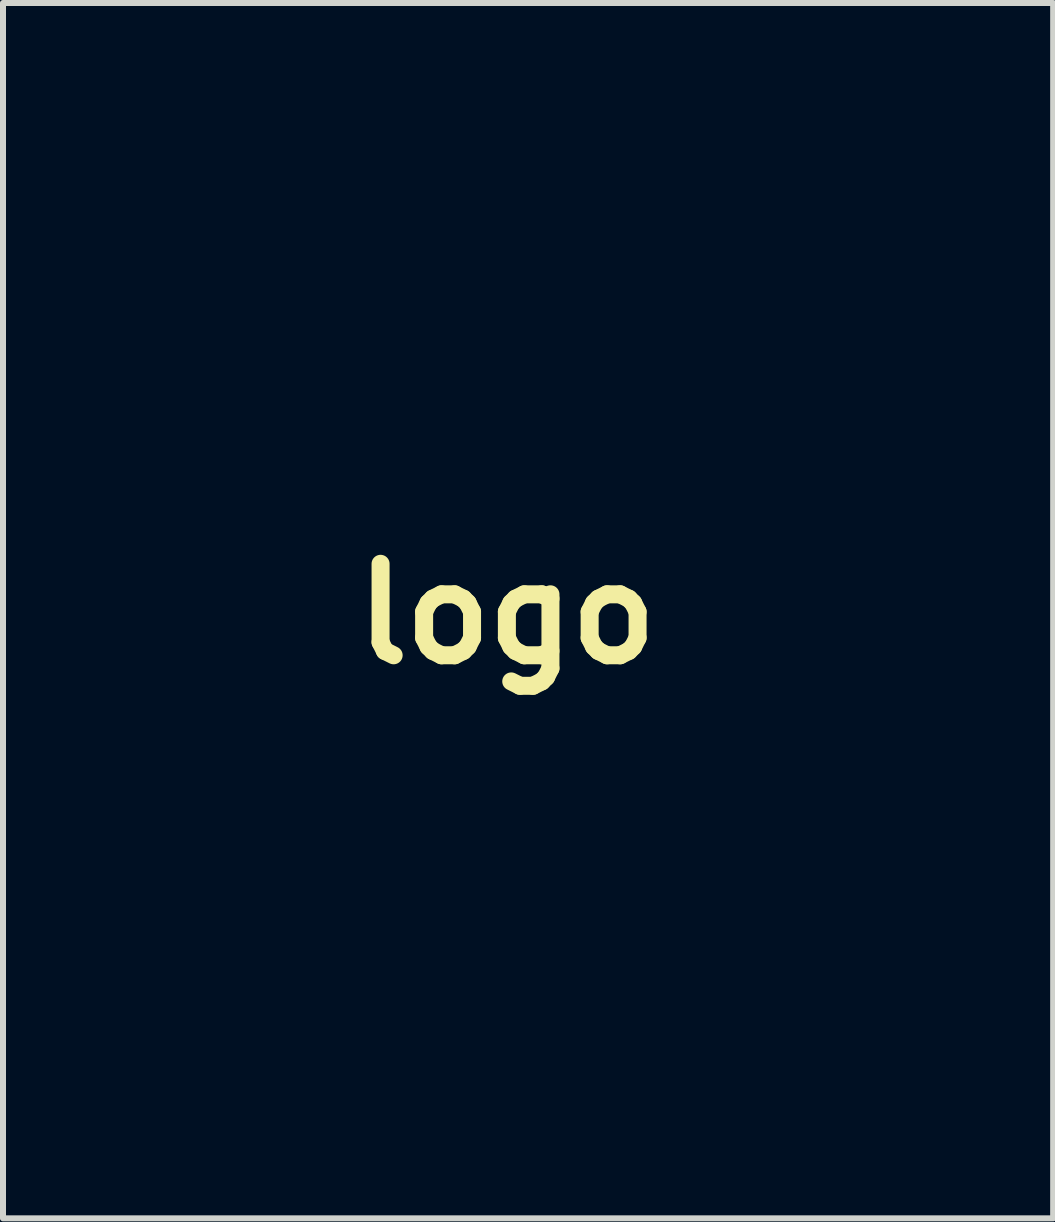
<source format=kicad_pcb>
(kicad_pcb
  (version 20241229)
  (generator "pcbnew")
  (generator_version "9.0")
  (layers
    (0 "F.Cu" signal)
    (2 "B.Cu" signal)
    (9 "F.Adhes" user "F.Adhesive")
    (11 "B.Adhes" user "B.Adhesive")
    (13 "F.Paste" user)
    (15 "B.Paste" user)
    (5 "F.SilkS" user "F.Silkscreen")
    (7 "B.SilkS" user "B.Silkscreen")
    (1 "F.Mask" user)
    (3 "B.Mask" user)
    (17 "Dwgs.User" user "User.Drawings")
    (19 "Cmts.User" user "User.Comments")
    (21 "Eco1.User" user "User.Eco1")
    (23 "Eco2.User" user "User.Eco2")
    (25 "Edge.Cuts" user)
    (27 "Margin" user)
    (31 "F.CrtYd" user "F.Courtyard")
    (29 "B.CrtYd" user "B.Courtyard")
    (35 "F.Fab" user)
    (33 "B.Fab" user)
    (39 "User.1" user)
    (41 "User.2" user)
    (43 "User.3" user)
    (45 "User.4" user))
  (footprint "logo"
    (layer "F.Cu")
    (at 5.395 7.178)
    (property "Reference" "logo" (at 0 0 0) (layer "F.SilkS") (effects (font (size 1.524 1.524) (thickness 0.3))))
    (attr through_hole)
    (fp_poly (pts (xy 1.154 3.61) (xy 1.217 3.625) (xy 1.297 3.681) (xy 1.312 3.747) (xy 1.278 3.841) (xy 1.188 3.888) (xy 1.063 3.879) (xy 1.027 3.867) (xy 0.988 3.813) (xy 0.974 3.722) (xy 0.989 3.635) (xy 1.044 3.6) (xy 1.154 3.61)) (stroke (width 0.01) (type solid)) (fill yes) (layer "In2.Cu"))
    (fp_poly (pts (xy 1.507 4.203) (xy 1.576 4.281) (xy 1.602 4.383) (xy 1.601 4.395) (xy 1.574 4.479) (xy 1.501 4.515) (xy 1.459 4.521) (xy 1.359 4.521) (xy 1.3 4.503) (xy 1.272 4.426) (xy 1.277 4.317) (xy 1.31 4.22) (xy 1.333 4.191) (xy 1.418 4.167) (xy 1.507 4.203)) (stroke (width 0.01) (type solid)) (fill yes) (layer "In2.Cu"))
    (fp_poly (pts (xy 1.568 0.745) (xy 1.664 0.809) (xy 1.72 0.894) (xy 1.731 0.981) (xy 1.69 1.053) (xy 1.589 1.092) (xy 1.583 1.092) (xy 1.489 1.09) (xy 1.429 1.044) (xy 1.382 0.959) (xy 1.327 0.829) (xy 1.322 0.756) (xy 1.369 0.725) (xy 1.441 0.72) (xy 1.568 0.745)) (stroke (width 0.01) (type solid)) (fill yes) (layer "In2.Cu"))
    (fp_poly (pts (xy 1.189 2.923) (xy 1.202 2.946) (xy 1.226 3.105) (xy 1.171 3.24) (xy 1.043 3.339) (xy 1.004 3.356) (xy 0.943 3.357) (xy 0.931 3.322) (xy 0.905 3.266) (xy 0.884 3.26) (xy 0.859 3.225) (xy 0.86 3.143) (xy 0.884 3.042) (xy 0.924 2.953) (xy 0.937 2.936) (xy 1.017 2.888) (xy 1.114 2.884) (xy 1.189 2.923)) (stroke (width 0.01) (type solid)) (fill yes) (layer "In2.Cu"))
    (fp_poly (pts (xy 1.827 2.15) (xy 1.863 2.202) (xy 1.887 2.296) (xy 1.883 2.411) (xy 1.858 2.514) (xy 1.815 2.576) (xy 1.794 2.582) (xy 1.741 2.561) (xy 1.736 2.545) (xy 1.699 2.512) (xy 1.611 2.483) (xy 1.609 2.483) (xy 1.527 2.452) (xy 1.481 2.411) (xy 1.486 2.378) (xy 1.524 2.371) (xy 1.563 2.337) (xy 1.566 2.317) (xy 1.598 2.25) (xy 1.67 2.174) (xy 1.749 2.123) (xy 1.777 2.117) (xy 1.827 2.15)) (stroke (width 0.01) (type solid)) (fill yes) (layer "In2.Cu"))
    (fp_poly (pts (xy 0.358 -5.266) (xy 0.514 -5.255) (xy 0.625 -5.239) (xy 0.67 -5.219) (xy 0.73 -5.174) (xy 0.812 -5.143) (xy 0.904 -5.102) (xy 0.948 -5.055) (xy 0.995 -5.001) (xy 1.018 -4.995) (xy 1.099 -4.958) (xy 1.173 -4.862) (xy 1.209 -4.768) (xy 1.242 -4.686) (xy 1.275 -4.657) (xy 1.297 -4.619) (xy 1.311 -4.523) (xy 1.312 -4.466) (xy 1.305 -4.353) (xy 1.285 -4.284) (xy 1.273 -4.276) (xy 1.238 -4.239) (xy 1.207 -4.151) (xy 1.206 -4.149) (xy 1.177 -4.06) (xy 1.145 -4.022) (xy 1.144 -4.022) (xy 1.11 -3.986) (xy 1.083 -3.916) (xy 1.035 -3.832) (xy 0.939 -3.731) (xy 0.856 -3.663) (xy 0.751 -3.59) (xy 0.663 -3.546) (xy 0.564 -3.524) (xy 0.427 -3.516) (xy 0.307 -3.515) (xy 0.147 -3.518) (xy 0.026 -3.529) (xy -0.038 -3.545) (xy -0.042 -3.551) (xy -0.08 -3.577) (xy -0.177 -3.603) (xy -0.254 -3.616) (xy -0.375 -3.639) (xy -0.451 -3.668) (xy -0.466 -3.684) (xy -0.502 -3.716) (xy -0.562 -3.725) (xy -0.676 -3.764) (xy -0.775 -3.868) (xy -0.809 -3.935) (xy -0.212 -3.935) (xy -0.174 -3.908) (xy -0.079 -3.882) (xy -0.021 -3.871) (xy 0.092 -3.847) (xy 0.16 -3.818) (xy 0.169 -3.805) (xy 0.206 -3.775) (xy 0.299 -3.765) (xy 0.424 -3.775) (xy 0.555 -3.801) (xy 0.668 -3.842) (xy 0.692 -3.854) (xy 0.806 -3.948) (xy 0.882 -4.085) (xy 0.902 -4.14) (xy 0.933 -4.281) (xy 0.944 -4.421) (xy 0.934 -4.538) (xy 0.905 -4.606) (xy 0.884 -4.614) (xy 0.851 -4.649) (xy 0.847 -4.676) (xy 0.819 -4.737) (xy 0.752 -4.821) (xy 0.673 -4.901) (xy 0.607 -4.949) (xy 0.592 -4.953) (xy 0.582 -4.914) (xy 0.58 -4.813) (xy 0.585 -4.67) (xy 0.585 -4.664) (xy 0.589 -4.494) (xy 0.577 -4.386) (xy 0.544 -4.319) (xy 0.534 -4.307) (xy 0.479 -4.236) (xy 0.466 -4.197) (xy 0.429 -4.16) (xy 0.341 -4.128) (xy 0.339 -4.128) (xy 0.25 -4.097) (xy 0.212 -4.061) (xy 0.212 -4.061) (xy 0.175 -4.032) (xy 0.095 -4.021) (xy -0.042 -4.01) (xy -0.151 -3.982) (xy -0.209 -3.946) (xy -0.212 -3.935) (xy -0.809 -3.935) (xy -0.816 -3.949) (xy -0.86 -4.011) (xy -0.888 -4.022) (xy -0.915 -4.059) (xy -0.93 -4.153) (xy -0.931 -4.191) (xy -0.923 -4.297) (xy -0.9 -4.356) (xy -0.892 -4.36) (xy -0.862 -4.398) (xy -0.834 -4.493) (xy -0.823 -4.551) (xy -0.799 -4.664) (xy -0.77 -4.732) (xy -0.757 -4.741) (xy -0.724 -4.776) (xy -0.72 -4.806) (xy -0.686 -4.877) (xy -0.66 -4.894) (xy -0.604 -4.949) (xy -0.575 -5.017) (xy -0.519 -5.107) (xy -0.455 -5.146) (xy -0.367 -5.189) (xy -0.329 -5.223) (xy -0.275 -5.245) (xy -0.158 -5.259) (xy 0.001 -5.268) (xy 0.181 -5.27) (xy 0.358 -5.266)) (stroke (width 0.01) (type solid)) (fill yes) (layer "In2.Cu"))
    (fp_poly (pts (xy -0.739 -1.782) (xy -0.724 -1.681) (xy -0.72 -1.566) (xy -0.725 -1.432) (xy -0.74 -1.34) (xy -0.757 -1.312) (xy -0.782 -1.274) (xy -0.808 -1.176) (xy -0.824 -1.079) (xy -0.846 -0.952) (xy -0.873 -0.868) (xy -0.892 -0.847) (xy -0.923 -0.811) (xy -0.931 -0.751) (xy -0.944 -0.657) (xy -0.977 -0.507) (xy -1.024 -0.328) (xy -1.079 -0.145) (xy -1.133 0.018) (xy -1.171 0.115) (xy -1.206 0.23) (xy -1.238 0.391) (xy -1.257 0.539) (xy -1.295 0.767) (xy -1.359 0.969) (xy -1.381 1.016) (xy -1.451 1.152) (xy -1.511 1.276) (xy -1.53 1.316) (xy -1.607 1.417) (xy -1.689 1.474) (xy -1.839 1.546) (xy -1.973 1.622) (xy -2.072 1.689) (xy -2.116 1.736) (xy -2.117 1.74) (xy -2.08 1.766) (xy -1.989 1.778) (xy -1.978 1.778) (xy -1.805 1.813) (xy -1.679 1.914) (xy -1.618 2.042) (xy -1.573 2.153) (xy -1.522 2.189) (xy -1.477 2.148) (xy -1.455 2.078) (xy -1.428 1.988) (xy -1.398 1.947) (xy -1.396 1.947) (xy -1.363 1.912) (xy -1.337 1.841) (xy -1.287 1.752) (xy -1.208 1.734) (xy -1.115 1.784) (xy -1.019 1.901) (xy -1.018 1.902) (xy -0.938 2.011) (xy -0.885 2.041) (xy -0.861 1.994) (xy -0.872 1.871) (xy -0.873 1.87) (xy -0.906 1.752) (xy -0.962 1.609) (xy -1.029 1.467) (xy -1.095 1.351) (xy -1.146 1.289) (xy -1.148 1.288) (xy -1.176 1.228) (xy -1.183 1.112) (xy -1.172 0.963) (xy -1.147 0.802) (xy -1.111 0.651) (xy -1.07 0.534) (xy -1.025 0.471) (xy -1.01 0.466) (xy -0.982 0.429) (xy -0.954 0.338) (xy -0.95 0.318) (xy -0.923 0.22) (xy -0.893 0.171) (xy -0.888 0.169) (xy -0.856 0.133) (xy -0.826 0.045) (xy -0.826 0.042) (xy -0.796 -0.046) (xy -0.764 -0.085) (xy -0.763 -0.085) (xy -0.737 -0.122) (xy -0.711 -0.218) (xy -0.701 -0.275) (xy -0.676 -0.389) (xy -0.648 -0.457) (xy -0.635 -0.466) (xy -0.611 -0.504) (xy -0.585 -0.602) (xy -0.57 -0.699) (xy -0.548 -0.826) (xy -0.524 -0.91) (xy -0.508 -0.931) (xy -0.48 -0.969) (xy -0.453 -1.061) (xy -0.447 -1.09) (xy -0.396 -1.295) (xy -0.325 -1.445) (xy -0.241 -1.531) (xy -0.152 -1.546) (xy -0.097 -1.517) (xy -0.062 -1.469) (xy -0.047 -1.387) (xy -0.05 -1.252) (xy -0.056 -1.169) (xy -0.073 -1.019) (xy -0.094 -0.905) (xy -0.114 -0.851) (xy -0.115 -0.85) (xy -0.145 -0.799) (xy -0.19 -0.693) (xy -0.227 -0.593) (xy -0.288 -0.424) (xy -0.354 -0.255) (xy -0.386 -0.182) (xy -0.434 -0.066) (xy -0.462 0.02) (xy -0.466 0.04) (xy -0.496 0.083) (xy -0.507 0.085) (xy -0.54 0.122) (xy -0.569 0.216) (xy -0.576 0.254) (xy -0.601 0.36) (xy -0.63 0.419) (xy -0.638 0.423) (xy -0.668 0.46) (xy -0.697 0.551) (xy -0.701 0.572) (xy -0.728 0.669) (xy -0.758 0.718) (xy -0.763 0.72) (xy -0.795 0.756) (xy -0.825 0.844) (xy -0.826 0.847) (xy -0.856 0.936) (xy -0.892 0.974) (xy -0.892 0.974) (xy -0.928 1.007) (xy -0.927 1.091) (xy -0.895 1.202) (xy -0.834 1.316) (xy -0.834 1.317) (xy -0.764 1.428) (xy -0.715 1.52) (xy -0.708 1.535) (xy -0.665 1.597) (xy -0.638 1.609) (xy -0.598 1.646) (xy -0.572 1.739) (xy -0.564 1.858) (xy -0.575 1.976) (xy -0.591 2.029) (xy -0.689 2.193) (xy -0.813 2.292) (xy -0.95 2.317) (xy -0.972 2.314) (xy -1.045 2.307) (xy -1.111 2.328) (xy -1.19 2.387) (xy -1.302 2.496) (xy -1.325 2.52) (xy -1.467 2.654) (xy -1.575 2.729) (xy -1.664 2.752) (xy -1.665 2.752) (xy -1.756 2.734) (xy -1.797 2.699) (xy -1.811 2.627) (xy -1.826 2.507) (xy -1.833 2.447) (xy -1.866 2.278) (xy -1.935 2.172) (xy -2.054 2.111) (xy -2.086 2.102) (xy -2.236 2.036) (xy -2.337 1.937) (xy -2.371 1.83) (xy -2.336 1.672) (xy -2.247 1.534) (xy -2.123 1.448) (xy -2.119 1.446) (xy -1.975 1.366) (xy -1.827 1.235) (xy -1.698 1.079) (xy -1.61 0.923) (xy -1.587 0.847) (xy -1.562 0.741) (xy -1.535 0.682) (xy -1.526 0.677) (xy -1.506 0.639) (xy -1.485 0.537) (xy -1.467 0.395) (xy -1.466 0.392) (xy -1.442 0.213) (xy -1.408 0.042) (xy -1.377 -0.064) (xy -1.337 -0.201) (xy -1.315 -0.328) (xy -1.314 -0.349) (xy -1.302 -0.434) (xy -1.278 -0.466) (xy -1.256 -0.504) (xy -1.228 -0.606) (xy -1.201 -0.75) (xy -1.197 -0.773) (xy -1.144 -1.094) (xy -1.095 -1.34) (xy -1.048 -1.519) (xy -0.998 -1.638) (xy -0.943 -1.708) (xy -0.88 -1.734) (xy -0.861 -1.736) (xy -0.809 -1.761) (xy -0.804 -1.778) (xy -0.772 -1.819) (xy -0.762 -1.82) (xy -0.739 -1.782)) (stroke (width 0.01) (type solid)) (fill yes) (layer "In2.Cu"))
    (fp_poly (pts (xy 0.04 -7.17) (xy 0.241 -7.16) (xy 0.42 -7.142) (xy 0.556 -7.118) (xy 0.614 -7.097) (xy 0.716 -7.049) (xy 0.791 -7.028) (xy 0.794 -7.028) (xy 0.843 -7.003) (xy 0.847 -6.99) (xy 0.883 -6.952) (xy 0.953 -6.925) (xy 1.032 -6.891) (xy 1.058 -6.857) (xy 1.093 -6.821) (xy 1.123 -6.816) (xy 1.194 -6.781) (xy 1.212 -6.754) (xy 1.269 -6.69) (xy 1.317 -6.666) (xy 1.387 -6.624) (xy 1.493 -6.539) (xy 1.612 -6.428) (xy 1.617 -6.422) (xy 1.735 -6.297) (xy 1.804 -6.199) (xy 1.84 -6.102) (xy 1.854 -6.002) (xy 1.873 -5.885) (xy 1.898 -5.811) (xy 1.912 -5.8) (xy 1.93 -5.76) (xy 1.94 -5.649) (xy 1.943 -5.48) (xy 1.94 -5.266) (xy 1.932 -5.022) (xy 1.92 -4.758) (xy 1.903 -4.49) (xy 1.884 -4.23) (xy 1.862 -3.991) (xy 1.839 -3.787) (xy 1.815 -3.631) (xy 1.791 -3.535) (xy 1.779 -3.514) (xy 1.758 -3.464) (xy 1.73 -3.355) (xy 1.703 -3.217) (xy 1.655 -2.94) (xy 1.616 -2.737) (xy 1.586 -2.596) (xy 1.561 -2.51) (xy 1.539 -2.466) (xy 1.532 -2.459) (xy 1.5 -2.404) (xy 1.47 -2.301) (xy 1.465 -2.275) (xy 1.438 -2.174) (xy 1.407 -2.119) (xy 1.4 -2.117) (xy 1.369 -2.08) (xy 1.34 -1.989) (xy 1.336 -1.968) (xy 1.309 -1.871) (xy 1.277 -1.822) (xy 1.271 -1.82) (xy 1.238 -1.784) (xy 1.207 -1.696) (xy 1.206 -1.693) (xy 1.177 -1.604) (xy 1.144 -1.566) (xy 1.143 -1.566) (xy 1.11 -1.53) (xy 1.08 -1.442) (xy 1.079 -1.439) (xy 1.05 -1.351) (xy 1.019 -1.312) (xy 1.018 -1.312) (xy 0.991 -1.275) (xy 0.964 -1.182) (xy 0.957 -1.143) (xy 0.932 -1.037) (xy 0.9 -0.978) (xy 0.89 -0.974) (xy 0.862 -0.936) (xy 0.834 -0.839) (xy 0.822 -0.762) (xy 0.8 -0.641) (xy 0.774 -0.565) (xy 0.761 -0.55) (xy 0.739 -0.512) (xy 0.716 -0.412) (xy 0.699 -0.296) (xy 0.677 -0.163) (xy 0.652 -0.071) (xy 0.631 -0.042) (xy 0.608 -0.004) (xy 0.594 0.091) (xy 0.593 0.15) (xy 0.593 0.343) (xy 0.751 0.313) (xy 0.862 0.283) (xy 0.934 0.245) (xy 0.94 0.237) (xy 0.993 0.22) (xy 1.113 0.206) (xy 1.285 0.196) (xy 1.492 0.19) (xy 1.719 0.188) (xy 1.948 0.19) (xy 2.164 0.195) (xy 2.349 0.204) (xy 2.488 0.217) (xy 2.565 0.234) (xy 2.574 0.24) (xy 2.635 0.287) (xy 2.717 0.318) (xy 2.809 0.359) (xy 2.853 0.406) (xy 2.902 0.46) (xy 2.925 0.466) (xy 2.986 0.494) (xy 3.066 0.564) (xy 3.073 0.572) (xy 3.172 0.679) (xy 3.406 0.44) (xy 3.517 0.324) (xy 3.599 0.229) (xy 3.639 0.172) (xy 3.641 0.166) (xy 3.669 0.12) (xy 3.744 0.034) (xy 3.85 -0.077) (xy 3.873 -0.1) (xy 3.984 -0.213) (xy 4.066 -0.303) (xy 4.105 -0.355) (xy 4.106 -0.359) (xy 4.135 -0.404) (xy 4.212 -0.49) (xy 4.322 -0.605) (xy 4.451 -0.734) (xy 4.584 -0.862) (xy 4.706 -0.975) (xy 4.802 -1.059) (xy 4.858 -1.099) (xy 4.864 -1.101) (xy 4.909 -1.125) (xy 4.911 -1.135) (xy 4.949 -1.186) (xy 5.05 -1.237) (xy 5.191 -1.279) (xy 5.351 -1.306) (xy 5.46 -1.312) (xy 5.603 -1.309) (xy 5.692 -1.29) (xy 5.758 -1.242) (xy 5.829 -1.154) (xy 5.905 -1.055) (xy 5.961 -0.987) (xy 5.975 -0.974) (xy 6.011 -0.909) (xy 6.047 -0.786) (xy 6.076 -0.633) (xy 6.094 -0.476) (xy 6.096 -0.41) (xy 6.09 -0.278) (xy 6.065 -0.171) (xy 6.011 -0.068) (xy 5.916 0.049) (xy 5.769 0.199) (xy 5.739 0.23) (xy 5.603 0.367) (xy 5.479 0.501) (xy 5.388 0.608) (xy 5.374 0.627) (xy 5.287 0.742) (xy 5.207 0.843) (xy 5.196 0.855) (xy 5.141 0.934) (xy 5.122 0.982) (xy 5.098 1.045) (xy 5.079 1.071) (xy 4.968 1.205) (xy 4.903 1.293) (xy 4.873 1.349) (xy 4.868 1.378) (xy 4.901 1.428) (xy 4.987 1.504) (xy 5.091 1.579) (xy 5.268 1.705) (xy 5.384 1.811) (xy 5.452 1.915) (xy 5.487 2.032) (xy 5.489 2.045) (xy 5.496 2.146) (xy 5.467 2.228) (xy 5.389 2.323) (xy 5.367 2.346) (xy 5.272 2.434) (xy 5.196 2.489) (xy 5.171 2.498) (xy 5.125 2.523) (xy 5.122 2.535) (xy 5.086 2.573) (xy 5.016 2.6) (xy 4.943 2.634) (xy 4.908 2.677) (xy 4.927 2.706) (xy 4.95 2.709) (xy 4.994 2.742) (xy 5.058 2.824) (xy 5.081 2.86) (xy 5.135 2.966) (xy 5.159 3.079) (xy 5.16 3.233) (xy 5.157 3.274) (xy 5.133 3.447) (xy 5.081 3.581) (xy 4.991 3.68) (xy 4.857 3.745) (xy 4.67 3.781) (xy 4.422 3.789) (xy 4.106 3.773) (xy 3.825 3.746) (xy 3.71 3.741) (xy 3.65 3.763) (xy 3.618 3.822) (xy 3.581 3.927) (xy 3.56 3.982) (xy 3.512 4.048) (xy 3.415 4.147) (xy 3.287 4.263) (xy 3.145 4.382) (xy 3.006 4.49) (xy 2.888 4.571) (xy 2.809 4.612) (xy 2.796 4.614) (xy 2.731 4.634) (xy 2.627 4.681) (xy 2.514 4.741) (xy 2.421 4.797) (xy 2.378 4.835) (xy 2.331 4.863) (xy 2.235 4.89) (xy 2.219 4.893) (xy 2.123 4.92) (xy 2.075 4.95) (xy 2.074 4.954) (xy 2.038 4.986) (xy 1.95 5.016) (xy 1.947 5.016) (xy 1.859 5.044) (xy 1.82 5.073) (xy 1.82 5.073) (xy 1.781 5.105) (xy 1.674 5.14) (xy 1.515 5.173) (xy 1.321 5.204) (xy 1.11 5.227) (xy 0.974 5.236) (xy 0.763 5.244) (xy 0.615 5.238) (xy 0.511 5.218) (xy 0.446 5.192) (xy 0.358 5.151) (xy 0.305 5.162) (xy 0.25 5.233) (xy 0.246 5.24) (xy 0.192 5.344) (xy 0.17 5.429) (xy 0.15 5.492) (xy 0.129 5.503) (xy 0.095 5.54) (xy 0.065 5.631) (xy 0.061 5.652) (xy 0.034 5.749) (xy 0.005 5.798) (xy 0.000314 5.8) (xy -0.029 5.837) (xy -0.064 5.93) (xy -0.078 5.982) (xy -0.135 6.14) (xy -0.215 6.297) (xy -0.231 6.323) (xy -0.296 6.427) (xy -0.335 6.504) (xy -0.339 6.521) (xy -0.37 6.561) (xy -0.378 6.562) (xy -0.421 6.597) (xy -0.446 6.65) (xy -0.495 6.737) (xy -0.584 6.842) (xy -0.691 6.946) (xy -0.795 7.027) (xy -0.873 7.065) (xy -0.884 7.065) (xy -0.97 7.05) (xy -1.087 7.018) (xy -1.094 7.016) (xy -1.26 6.928) (xy -1.413 6.788) (xy -1.51 6.643) (xy -1.687 6.249) (xy -1.82 5.904) (xy -1.906 5.612) (xy -1.946 5.376) (xy -1.938 5.202) (xy -1.884 5.096) (xy -1.766 5.031) (xy -1.595 5.007) (xy -1.396 5.028) (xy -1.355 5.037) (xy -1.218 5.072) (xy -1.103 5.101) (xy -1.074 5.108) (xy -1.002 5.106) (xy -0.962 5.039) (xy -0.957 5.02) (xy -0.923 4.939) (xy -0.888 4.911) (xy -0.854 4.875) (xy -0.847 4.831) (xy -0.876 4.766) (xy -0.972 4.73) (xy -0.984 4.728) (xy -1.375 4.66) (xy -1.708 4.591) (xy -1.975 4.523) (xy -2.169 4.459) (xy -2.227 4.433) (xy -2.402 4.349) (xy -2.518 4.304) (xy -2.587 4.297) (xy -2.624 4.324) (xy -2.635 4.355) (xy -2.68 4.42) (xy -2.775 4.508) (xy -2.884 4.589) (xy -3.124 4.753) (xy -3.296 4.877) (xy -3.408 4.964) (xy -3.463 5.019) (xy -3.471 5.039) (xy -3.502 5.08) (xy -3.586 5.159) (xy -3.706 5.263) (xy -3.778 5.321) (xy -3.942 5.457) (xy -4.104 5.6) (xy -4.236 5.724) (xy -4.263 5.751) (xy -4.367 5.855) (xy -4.442 5.906) (xy -4.514 5.919) (xy -4.591 5.909) (xy -4.693 5.875) (xy -4.741 5.829) (xy -4.741 5.822) (xy -4.769 5.757) (xy -4.839 5.667) (xy -4.866 5.639) (xy -4.954 5.531) (xy -5.013 5.423) (xy -5.019 5.403) (xy -5.051 5.321) (xy -5.081 5.292) (xy -5.113 5.255) (xy -5.143 5.167) (xy -5.144 5.165) (xy -5.173 5.076) (xy -5.207 5.038) (xy -5.208 5.038) (xy -5.235 5) (xy -5.262 4.904) (xy -5.274 4.837) (xy -5.299 4.713) (xy -5.328 4.629) (xy -5.341 4.611) (xy -5.36 4.56) (xy -5.376 4.446) (xy -5.387 4.292) (xy -5.388 4.248) (xy -5.389 4.226) (xy -5.012 4.226) (xy -4.989 4.316) (xy -4.95 4.435) (xy -4.904 4.559) (xy -4.871 4.636) (xy -4.832 4.723) (xy -4.776 4.852) (xy -4.742 4.932) (xy -4.657 5.135) (xy -4.596 5.269) (xy -4.554 5.346) (xy -4.522 5.375) (xy -4.492 5.365) (xy -4.457 5.327) (xy -4.445 5.313) (xy -4.385 5.26) (xy -4.357 5.249) (xy -4.297 5.224) (xy -4.19 5.156) (xy -4.054 5.06) (xy -3.906 4.946) (xy -3.763 4.829) (xy -3.663 4.74) (xy -3.433 4.522) (xy -3.257 4.355) (xy -3.13 4.231) (xy -3.044 4.143) (xy -2.993 4.084) (xy -2.968 4.046) (xy -2.963 4.028) (xy -2.997 3.984) (xy -3.023 3.979) (xy -3.087 3.96) (xy -3.097 3.948) (xy -3.14 3.904) (xy -3.215 3.849) (xy -3.29 3.808) (xy -3.345 3.818) (xy -3.416 3.886) (xy -3.416 3.887) (xy -3.483 3.969) (xy -3.513 4.027) (xy -3.514 4.03) (xy -3.542 4.082) (xy -3.611 4.158) (xy -3.619 4.166) (xy -3.691 4.242) (xy -3.725 4.295) (xy -3.725 4.298) (xy -3.754 4.343) (xy -3.828 4.427) (xy -3.916 4.515) (xy -4.016 4.617) (xy -4.085 4.7) (xy -4.106 4.741) (xy -4.141 4.779) (xy -4.17 4.784) (xy -4.226 4.807) (xy -4.233 4.826) (xy -4.268 4.864) (xy -4.297 4.868) (xy -4.353 4.845) (xy -4.36 4.825) (xy -4.395 4.779) (xy -4.466 4.741) (xy -4.545 4.701) (xy -4.572 4.668) (xy -4.599 4.624) (xy -4.668 4.541) (xy -4.76 4.436) (xy -4.859 4.331) (xy -4.945 4.244) (xy -5.002 4.196) (xy -5.012 4.191) (xy -5.012 4.226) (xy -5.389 4.226) (xy -5.39 4.069) (xy -5.38 3.953) (xy -5.355 3.878) (xy -5.319 3.832) (xy -5.247 3.779) (xy -5.178 3.793) (xy -5.161 3.803) (xy -5.067 3.835) (xy -4.938 3.852) (xy -4.915 3.852) (xy -4.812 3.863) (xy -4.725 3.902) (xy -4.636 3.984) (xy -4.529 4.122) (xy -4.478 4.193) (xy -4.406 4.297) (xy -4.205 4.064) (xy -4.076 3.92) (xy -3.943 3.779) (xy -3.847 3.682) (xy -3.756 3.588) (xy -3.722 3.524) (xy -3.735 3.473) (xy -3.74 3.466) (xy -3.818 3.402) (xy -3.895 3.366) (xy -4.058 3.284) (xy -4.201 3.158) (xy -4.258 3.078) (xy -4.338 2.93) (xy -4.415 2.776) (xy -4.479 2.638) (xy -4.52 2.537) (xy -4.53 2.5) (xy -4.557 2.457) (xy -4.567 2.455) (xy -4.592 2.417) (xy -4.618 2.319) (xy -4.634 2.223) (xy -4.656 2.091) (xy -4.682 1.997) (xy -4.699 1.968) (xy -4.724 1.917) (xy -4.749 1.808) (xy -4.765 1.703) (xy -4.789 1.566) (xy -4.82 1.466) (xy -4.842 1.43) (xy -4.855 1.381) (xy -4.865 1.259) (xy -4.874 1.073) (xy -4.882 0.836) (xy -4.887 0.558) (xy -4.891 0.25) (xy -4.893 -0.076) (xy -4.893 -0.328) (xy -4.571 -0.328) (xy -4.57 -0.06) (xy -4.563 0.187) (xy -4.549 0.393) (xy -4.53 0.529) (xy -4.511 0.641) (xy -4.488 0.812) (xy -4.464 1.016) (xy -4.447 1.185) (xy -4.419 1.409) (xy -4.378 1.638) (xy -4.33 1.853) (xy -4.279 2.038) (xy -4.229 2.174) (xy -4.184 2.244) (xy -4.154 2.297) (xy -4.126 2.382) (xy -4.095 2.466) (xy -4.064 2.498) (xy -4.03 2.533) (xy -4.004 2.603) (xy -3.97 2.683) (xy -3.936 2.709) (xy -3.897 2.743) (xy -3.895 2.76) (xy -3.864 2.816) (xy -3.786 2.906) (xy -3.679 3.012) (xy -3.563 3.115) (xy -3.457 3.197) (xy -3.381 3.24) (xy -3.38 3.241) (xy -3.3 3.286) (xy -3.195 3.37) (xy -3.139 3.423) (xy -2.962 3.569) (xy -2.729 3.718) (xy -2.467 3.852) (xy -2.445 3.862) (xy -2.362 3.908) (xy -2.328 3.946) (xy -2.291 3.972) (xy -2.198 3.998) (xy -2.159 4.005) (xy -2.053 4.03) (xy -1.994 4.059) (xy -1.99 4.068) (xy -1.952 4.093) (xy -1.855 4.119) (xy -1.778 4.131) (xy -1.657 4.153) (xy -1.581 4.179) (xy -1.566 4.193) (xy -1.528 4.214) (xy -1.426 4.236) (xy -1.284 4.256) (xy -1.281 4.256) (xy -1.13 4.276) (xy -1.011 4.298) (xy -0.953 4.318) (xy -0.887 4.345) (xy -0.773 4.373) (xy -0.73 4.38) (xy -0.621 4.406) (xy -0.557 4.434) (xy -0.55 4.444) (xy -0.515 4.479) (xy -0.449 4.504) (xy -0.361 4.549) (xy -0.322 4.596) (xy -0.312 4.68) (xy -0.326 4.777) (xy -0.356 4.85) (xy -0.382 4.868) (xy -0.415 4.904) (xy -0.471 4.997) (xy -0.537 5.128) (xy -0.541 5.138) (xy -0.638 5.307) (xy -0.754 5.457) (xy -0.873 5.569) (xy -0.979 5.626) (xy -1.008 5.63) (xy -1.078 5.613) (xy -1.178 5.572) (xy -1.276 5.521) (xy -1.342 5.476) (xy -1.355 5.458) (xy -1.389 5.422) (xy -1.463 5.404) (xy -1.532 5.411) (xy -1.549 5.424) (xy -1.548 5.488) (xy -1.532 5.516) (xy -1.5 5.588) (xy -1.469 5.705) (xy -1.462 5.747) (xy -1.436 5.856) (xy -1.407 5.92) (xy -1.397 5.927) (xy -1.364 5.963) (xy -1.334 6.051) (xy -1.333 6.054) (xy -1.304 6.142) (xy -1.272 6.181) (xy -1.271 6.181) (xy -1.237 6.217) (xy -1.21 6.287) (xy -1.17 6.385) (xy -1.107 6.483) (xy -1.043 6.549) (xy -1.013 6.562) (xy -0.972 6.534) (xy -0.892 6.461) (xy -0.812 6.382) (xy -0.702 6.271) (xy -0.604 6.176) (xy -0.557 6.133) (xy -0.504 6.059) (xy -0.443 5.931) (xy -0.387 5.776) (xy -0.386 5.773) (xy -0.335 5.629) (xy -0.262 5.451) (xy -0.175 5.255) (xy -0.084 5.06) (xy 0.003 4.884) (xy 0.079 4.744) (xy 0.135 4.658) (xy 0.148 4.644) (xy 0.207 4.631) (xy 0.325 4.627) (xy 0.482 4.63) (xy 0.655 4.639) (xy 0.824 4.652) (xy 0.968 4.669) (xy 1.064 4.687) (xy 1.094 4.702) (xy 1.14 4.722) (xy 1.247 4.736) (xy 1.386 4.741) (xy 1.551 4.736) (xy 1.673 4.711) (xy 1.789 4.655) (xy 1.881 4.597) (xy 2.03 4.512) (xy 2.182 4.447) (xy 2.267 4.423) (xy 2.409 4.383) (xy 2.537 4.322) (xy 2.549 4.314) (xy 2.635 4.259) (xy 2.688 4.233) (xy 2.69 4.233) (xy 2.733 4.206) (xy 2.811 4.138) (xy 2.843 4.106) (xy 2.933 4.027) (xy 3.004 3.982) (xy 3.02 3.978) (xy 3.088 3.94) (xy 3.167 3.849) (xy 3.239 3.731) (xy 3.289 3.611) (xy 3.302 3.539) (xy 3.316 3.419) (xy 3.353 3.27) (xy 3.374 3.206) (xy 3.416 3.065) (xy 3.423 2.951) (xy 3.395 2.815) (xy 3.394 2.808) (xy 3.341 2.66) (xy 3.271 2.527) (xy 3.248 2.493) (xy 3.17 2.391) (xy 3.071 2.255) (xy 3.006 2.162) (xy 2.862 1.993) (xy 2.682 1.854) (xy 2.447 1.733) (xy 2.307 1.676) (xy 2.208 1.644) (xy 2.095 1.621) (xy 1.953 1.606) (xy 1.764 1.597) (xy 1.512 1.592) (xy 1.418 1.592) (xy 0.741 1.587) (xy 0.741 1.463) (xy 0.75 1.387) (xy 0.755 1.381) (xy 2.963 1.381) (xy 2.997 1.432) (xy 3.028 1.439) (xy 3.099 1.474) (xy 3.117 1.501) (xy 3.174 1.564) (xy 3.228 1.591) (xy 3.319 1.642) (xy 3.415 1.728) (xy 3.488 1.82) (xy 3.514 1.885) (xy 3.548 1.945) (xy 3.577 1.963) (xy 3.633 2.019) (xy 3.641 2.052) (xy 3.662 2.109) (xy 3.68 2.117) (xy 3.722 2.152) (xy 3.749 2.212) (xy 3.792 2.3) (xy 3.826 2.337) (xy 3.849 2.395) (xy 3.865 2.533) (xy 3.873 2.744) (xy 3.873 2.872) (xy 3.875 3.087) (xy 3.88 3.233) (xy 3.891 3.325) (xy 3.91 3.379) (xy 3.941 3.409) (xy 3.958 3.418) (xy 4.085 3.453) (xy 4.257 3.464) (xy 4.44 3.453) (xy 4.597 3.42) (xy 4.625 3.409) (xy 4.73 3.35) (xy 4.796 3.285) (xy 4.801 3.275) (xy 4.792 3.201) (xy 4.739 3.084) (xy 4.654 2.943) (xy 4.548 2.797) (xy 4.435 2.665) (xy 4.389 2.62) (xy 4.302 2.514) (xy 4.281 2.405) (xy 4.283 2.387) (xy 4.297 2.314) (xy 4.333 2.278) (xy 4.415 2.266) (xy 4.508 2.265) (xy 4.645 2.25) (xy 4.793 2.21) (xy 4.93 2.156) (xy 5.034 2.097) (xy 5.079 2.041) (xy 5.08 2.036) (xy 5.043 1.989) (xy 4.95 1.956) (xy 4.865 1.947) (xy 4.798 1.931) (xy 4.784 1.911) (xy 4.746 1.883) (xy 4.652 1.857) (xy 4.608 1.85) (xy 4.493 1.826) (xy 4.417 1.795) (xy 4.407 1.785) (xy 4.35 1.744) (xy 4.266 1.714) (xy 4.134 1.653) (xy 4.074 1.55) (xy 4.072 1.456) (xy 4.109 1.358) (xy 4.207 1.302) (xy 4.212 1.3) (xy 4.37 1.217) (xy 4.539 1.065) (xy 4.724 0.837) (xy 4.732 0.826) (xy 4.806 0.73) (xy 4.915 0.597) (xy 5.047 0.44) (xy 5.189 0.275) (xy 5.328 0.117) (xy 5.452 -0.02) (xy 5.546 -0.122) (xy 5.598 -0.172) (xy 5.623 -0.223) (xy 5.653 -0.331) (xy 5.672 -0.422) (xy 5.694 -0.562) (xy 5.688 -0.661) (xy 5.648 -0.76) (xy 5.608 -0.832) (xy 5.523 -0.95) (xy 5.446 -1.011) (xy 5.423 -1.016) (xy 5.33 -0.983) (xy 5.198 -0.892) (xy 5.037 -0.753) (xy 4.857 -0.576) (xy 4.669 -0.372) (xy 4.483 -0.151) (xy 4.309 0.075) (xy 4.178 0.264) (xy 3.999 0.509) (xy 3.809 0.702) (xy 3.581 0.866) (xy 3.394 0.971) (xy 3.288 1.04) (xy 3.172 1.134) (xy 3.066 1.236) (xy 2.99 1.326) (xy 2.963 1.381) (xy 0.755 1.381) (xy 0.791 1.335) (xy 0.883 1.288) (xy 0.953 1.262) (xy 1.045 1.233) (xy 1.147 1.213) (xy 1.275 1.2) (xy 1.444 1.193) (xy 1.669 1.192) (xy 1.902 1.194) (xy 2.639 1.203) (xy 2.719 1.097) (xy 2.767 1.004) (xy 2.773 0.929) (xy 2.773 0.929) (xy 2.726 0.884) (xy 2.621 0.816) (xy 2.477 0.736) (xy 2.41 0.702) (xy 2.071 0.537) (xy 1.673 0.586) (xy 1.476 0.608) (xy 1.29 0.625) (xy 1.146 0.634) (xy 1.106 0.635) (xy 0.928 0.668) (xy 0.812 0.741) (xy 0.713 0.81) (xy 0.63 0.845) (xy 0.618 0.847) (xy 0.559 0.879) (xy 0.55 0.91) (xy 0.513 0.961) (xy 0.434 0.973) (xy 0.342 0.968) (xy 0.276 0.947) (xy 0.233 0.897) (xy 0.207 0.806) (xy 0.195 0.66) (xy 0.191 0.449) (xy 0.191 0.317) (xy 0.194 0.054) (xy 0.203 -0.132) (xy 0.219 -0.244) (xy 0.241 -0.289) (xy 0.279 -0.347) (xy 0.313 -0.456) (xy 0.321 -0.499) (xy 0.346 -0.608) (xy 0.374 -0.671) (xy 0.384 -0.677) (xy 0.41 -0.715) (xy 0.436 -0.81) (xy 0.447 -0.868) (xy 0.471 -0.981) (xy 0.498 -1.049) (xy 0.51 -1.058) (xy 0.537 -1.096) (xy 0.563 -1.191) (xy 0.574 -1.249) (xy 0.598 -1.362) (xy 0.625 -1.43) (xy 0.637 -1.439) (xy 0.664 -1.477) (xy 0.69 -1.572) (xy 0.701 -1.63) (xy 0.725 -1.743) (xy 0.752 -1.811) (xy 0.764 -1.82) (xy 0.791 -1.858) (xy 0.817 -1.953) (xy 0.828 -2.011) (xy 0.852 -2.124) (xy 0.88 -2.192) (xy 0.892 -2.201) (xy 0.918 -2.239) (xy 0.944 -2.336) (xy 0.956 -2.413) (xy 0.978 -2.534) (xy 1.003 -2.61) (xy 1.017 -2.625) (xy 1.041 -2.662) (xy 1.067 -2.758) (xy 1.077 -2.815) (xy 1.101 -2.929) (xy 1.129 -2.997) (xy 1.141 -3.006) (xy 1.165 -3.044) (xy 1.19 -3.142) (xy 1.205 -3.239) (xy 1.226 -3.366) (xy 1.252 -3.45) (xy 1.269 -3.471) (xy 1.292 -3.51) (xy 1.316 -3.609) (xy 1.334 -3.725) (xy 1.355 -3.864) (xy 1.38 -3.965) (xy 1.399 -4.002) (xy 1.42 -4.052) (xy 1.443 -4.163) (xy 1.463 -4.311) (xy 1.464 -4.319) (xy 1.483 -4.465) (xy 1.506 -4.57) (xy 1.528 -4.614) (xy 1.529 -4.614) (xy 1.547 -4.653) (xy 1.56 -4.756) (xy 1.566 -4.902) (xy 1.566 -4.932) (xy 1.562 -5.084) (xy 1.55 -5.196) (xy 1.533 -5.248) (xy 1.53 -5.249) (xy 1.502 -5.287) (xy 1.476 -5.381) (xy 1.469 -5.425) (xy 1.446 -5.54) (xy 1.416 -5.615) (xy 1.407 -5.626) (xy 1.369 -5.683) (xy 1.339 -5.768) (xy 1.306 -5.852) (xy 1.269 -5.884) (xy 1.232 -5.919) (xy 1.228 -5.948) (xy 1.198 -6.018) (xy 1.126 -6.1) (xy 1.122 -6.104) (xy 1.049 -6.18) (xy 1.015 -6.239) (xy 1.015 -6.241) (xy 0.984 -6.304) (xy 0.905 -6.4) (xy 0.798 -6.51) (xy 0.682 -6.616) (xy 0.574 -6.698) (xy 0.539 -6.72) (xy 0.449 -6.757) (xy 0.332 -6.779) (xy 0.168 -6.79) (xy -0.026 -6.791) (xy -0.258 -6.785) (xy -0.437 -6.764) (xy -0.594 -6.719) (xy -0.756 -6.643) (xy -0.951 -6.527) (xy -0.995 -6.499) (xy -1.133 -6.419) (xy -1.262 -6.357) (xy -1.327 -6.334) (xy -1.431 -6.296) (xy -1.552 -6.234) (xy -1.667 -6.163) (xy -1.75 -6.099) (xy -1.778 -6.059) (xy -1.754 -6.003) (xy -1.699 -5.922) (xy -1.633 -5.805) (xy -1.593 -5.683) (xy -1.558 -5.503) (xy -1.531 -5.39) (xy -1.503 -5.329) (xy -1.463 -5.305) (xy -1.402 -5.302) (xy -1.344 -5.305) (xy -1.231 -5.304) (xy -1.174 -5.275) (xy -1.142 -5.204) (xy -1.139 -5.191) (xy -1.135 -5.074) (xy -1.174 -4.962) (xy -1.243 -4.885) (xy -1.296 -4.868) (xy -1.349 -4.846) (xy -1.355 -4.829) (xy -1.391 -4.794) (xy -1.479 -4.763) (xy -1.482 -4.763) (xy -1.571 -4.733) (xy -1.609 -4.7) (xy -1.609 -4.699) (xy -1.645 -4.666) (xy -1.733 -4.636) (xy -1.736 -4.636) (xy -1.825 -4.605) (xy -1.863 -4.569) (xy -1.863 -4.569) (xy -1.897 -4.534) (xy -1.923 -4.53) (xy -1.998 -4.504) (xy -2.066 -4.444) (xy -2.098 -4.38) (xy -2.093 -4.357) (xy -2.038 -4.332) (xy -1.932 -4.32) (xy -1.809 -4.321) (xy -1.701 -4.336) (xy -1.676 -4.344) (xy -1.617 -4.397) (xy -1.609 -4.43) (xy -1.588 -4.468) (xy -1.515 -4.474) (xy -1.45 -4.465) (xy -1.332 -4.443) (xy -1.247 -4.424) (xy -1.238 -4.422) (xy -1.201 -4.372) (xy -1.187 -4.275) (xy -1.195 -4.167) (xy -1.227 -4.083) (xy -1.236 -4.072) (xy -1.301 -4.05) (xy -1.431 -4.034) (xy -1.606 -4.024) (xy -1.806 -4.022) (xy -2.011 -4.026) (xy -2.201 -4.037) (xy -2.358 -4.054) (xy -2.455 -4.076) (xy -2.595 -4.131) (xy -2.672 -4.186) (xy -2.704 -4.259) (xy -2.71 -4.352) (xy -2.719 -4.483) (xy -2.758 -4.56) (xy -2.845 -4.603) (xy -2.995 -4.627) (xy -3.125 -4.639) (xy -3.194 -4.632) (xy -3.228 -4.596) (xy -3.245 -4.541) (xy -3.287 -4.415) (xy -3.329 -4.321) (xy -3.383 -4.182) (xy -3.371 -4.097) (xy -3.294 -4.064) (xy -3.283 -4.064) (xy -3.194 -4.048) (xy -3.154 -4.022) (xy -3.097 -3.991) (xy -3.003 -3.979) (xy -2.915 -3.969) (xy -2.879 -3.945) (xy -2.839 -3.92) (xy -2.729 -3.89) (xy -2.564 -3.858) (xy -2.359 -3.825) (xy -2.127 -3.796) (xy -1.905 -3.774) (xy -1.683 -3.744) (xy -1.472 -3.698) (xy -1.321 -3.649) (xy -1.177 -3.597) (xy -1.047 -3.563) (xy -0.988 -3.556) (xy -0.884 -3.542) (xy -0.733 -3.506) (xy -0.57 -3.458) (xy -0.425 -3.406) (xy -0.376 -3.384) (xy -0.294 -3.353) (xy -0.17 -3.314) (xy -0.122 -3.301) (xy 0.009 -3.257) (xy 0.113 -3.205) (xy 0.135 -3.188) (xy 0.182 -3.136) (xy 0.17 -3.089) (xy 0.126 -3.038) (xy 0.069 -2.989) (xy -0.003 -2.968) (xy -0.116 -2.971) (xy -0.196 -2.98) (xy -0.337 -3.002) (xy -0.445 -3.029) (xy -0.486 -3.047) (xy -0.555 -3.077) (xy -0.671 -3.107) (xy -0.722 -3.115) (xy -0.846 -3.14) (xy -0.935 -3.167) (xy -0.953 -3.176) (xy -1.013 -3.196) (xy -1.133 -3.217) (xy -1.288 -3.237) (xy -1.302 -3.238) (xy -1.451 -3.256) (xy -1.56 -3.277) (xy -1.608 -3.296) (xy -1.609 -3.298) (xy -1.648 -3.316) (xy -1.753 -3.339) (xy -1.906 -3.365) (xy -2.021 -3.38) (xy -2.326 -3.419) (xy -2.557 -3.45) (xy -2.727 -3.474) (xy -2.847 -3.493) (xy -2.929 -3.51) (xy -2.984 -3.525) (xy -3.023 -3.542) (xy -3.028 -3.545) (xy -3.137 -3.582) (xy -3.29 -3.611) (xy -3.451 -3.629) (xy -3.586 -3.629) (xy -3.638 -3.62) (xy -3.709 -3.563) (xy -3.75 -3.439) (xy -3.752 -3.426) (xy -3.776 -3.321) (xy -3.804 -3.264) (xy -3.812 -3.26) (xy -3.844 -3.223) (xy -3.873 -3.135) (xy -3.873 -3.133) (xy -3.904 -3.044) (xy -3.938 -3.006) (xy -3.938 -3.006) (xy -3.97 -2.969) (xy -3.999 -2.878) (xy -4.003 -2.857) (xy -4.03 -2.76) (xy -4.06 -2.711) (xy -4.065 -2.709) (xy -4.097 -2.673) (xy -4.127 -2.585) (xy -4.128 -2.582) (xy -4.158 -2.493) (xy -4.194 -2.455) (xy -4.194 -2.455) (xy -4.227 -2.42) (xy -4.233 -2.378) (xy -4.245 -2.298) (xy -4.275 -2.168) (xy -4.312 -2.029) (xy -4.387 -1.768) (xy -4.44 -1.563) (xy -4.48 -1.387) (xy -4.51 -1.216) (xy -4.535 -1.037) (xy -4.553 -0.838) (xy -4.565 -0.594) (xy -4.571 -0.328) (xy -4.893 -0.328) (xy -4.893 -0.411) (xy -4.891 -0.742) (xy -4.888 -1.06) (xy -4.883 -1.352) (xy -4.876 -1.609) (xy -4.868 -1.819) (xy -4.858 -1.971) (xy -4.846 -2.054) (xy -4.84 -2.066) (xy -4.794 -2.127) (xy -4.761 -2.212) (xy -4.728 -2.296) (xy -4.694 -2.328) (xy -4.658 -2.362) (xy -4.655 -2.381) (xy -4.637 -2.45) (xy -4.593 -2.559) (xy -4.572 -2.603) (xy -4.522 -2.713) (xy -4.492 -2.79) (xy -4.489 -2.805) (xy -4.471 -2.855) (xy -4.423 -2.963) (xy -4.354 -3.111) (xy -4.297 -3.232) (xy -4.217 -3.401) (xy -4.154 -3.544) (xy -4.115 -3.643) (xy -4.106 -3.676) (xy -4.085 -3.723) (xy -4.074 -3.725) (xy -4.03 -3.758) (xy -4 -3.803) (xy -3.956 -3.89) (xy -3.888 -4.029) (xy -3.809 -4.193) (xy -3.731 -4.359) (xy -3.666 -4.499) (xy -3.659 -4.515) (xy -3.63 -4.614) (xy -3.611 -4.77) (xy -3.601 -4.992) (xy -3.601 -5.005) (xy -2.597 -5.005) (xy -2.597 -4.973) (xy -2.538 -4.927) (xy -2.424 -4.911) (xy -2.276 -4.924) (xy -2.12 -4.964) (xy -2.034 -4.999) (xy -1.851 -5.087) (xy -1.878 -5.345) (xy -1.902 -5.494) (xy -1.935 -5.615) (xy -1.963 -5.669) (xy -2.022 -5.756) (xy -2.042 -5.8) (xy -2.059 -5.799) (xy -2.081 -5.731) (xy -2.096 -5.653) (xy -2.124 -5.521) (xy -2.159 -5.421) (xy -2.176 -5.393) (xy -2.236 -5.321) (xy -2.285 -5.255) (xy -2.348 -5.186) (xy -2.392 -5.165) (xy -2.475 -5.138) (xy -2.553 -5.076) (xy -2.597 -5.005) (xy -3.601 -5.005) (xy -3.598 -5.229) (xy -3.598 -5.809) (xy -3.447 -6.016) (xy -3.366 -6.126) (xy -3.308 -6.203) (xy -3.288 -6.228) (xy -3.245 -6.232) (xy -3.135 -6.239) (xy -2.973 -6.249) (xy -2.775 -6.259) (xy -2.76 -6.26) (xy -2.527 -6.276) (xy -2.35 -6.297) (xy -2.241 -6.32) (xy -2.21 -6.337) (xy -2.149 -6.383) (xy -2.063 -6.415) (xy -1.979 -6.446) (xy -1.947 -6.478) (xy -1.911 -6.51) (xy -1.823 -6.54) (xy -1.82 -6.54) (xy -1.731 -6.57) (xy -1.693 -6.603) (xy -1.693 -6.604) (xy -1.657 -6.637) (xy -1.569 -6.667) (xy -1.566 -6.668) (xy -1.477 -6.697) (xy -1.439 -6.73) (xy -1.439 -6.731) (xy -1.403 -6.764) (xy -1.315 -6.794) (xy -1.312 -6.795) (xy -1.223 -6.824) (xy -1.185 -6.857) (xy -1.185 -6.858) (xy -1.149 -6.891) (xy -1.061 -6.921) (xy -1.058 -6.921) (xy -0.969 -6.952) (xy -0.931 -6.986) (xy -0.931 -6.986) (xy -0.894 -7.017) (xy -0.802 -7.046) (xy -0.773 -7.052) (xy -0.653 -7.083) (xy -0.565 -7.12) (xy -0.557 -7.126) (xy -0.481 -7.151) (xy -0.342 -7.166) (xy -0.161 -7.173) (xy 0.04 -7.17)) (stroke (width 0.01) (type solid)) (fill yes) (layer "In2.Cu")))
  (gr_rect
    (start -3 -3)
    (end 14.496 17.248)
    (stroke (width 0.1) (type default))
    (fill no)
    (layer "Edge.Cuts")))
</source>
